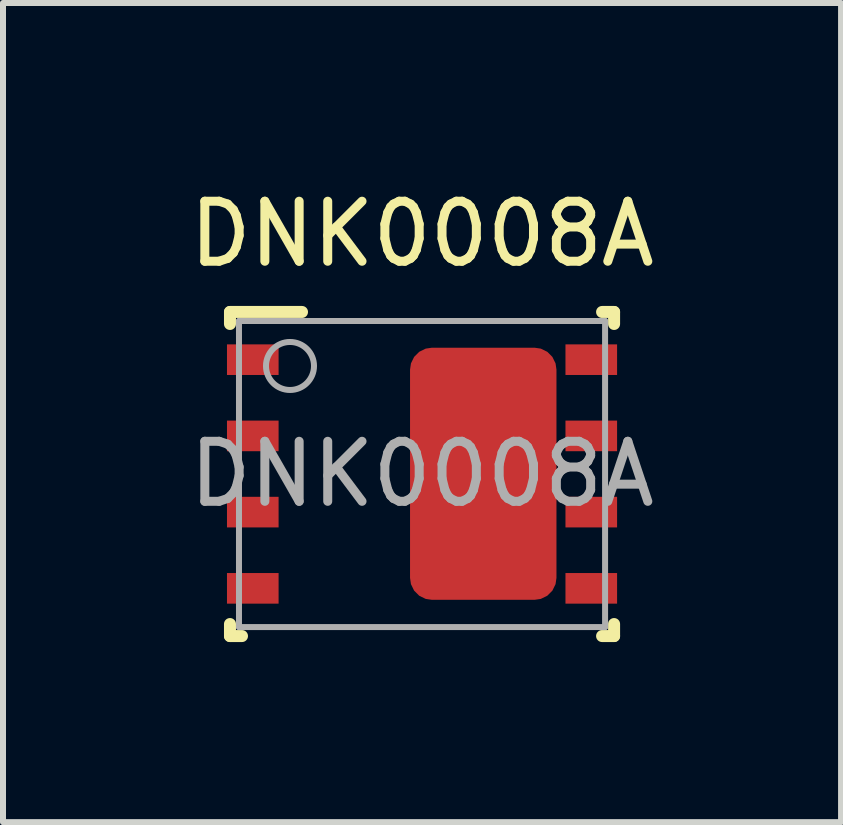
<source format=kicad_pcb>
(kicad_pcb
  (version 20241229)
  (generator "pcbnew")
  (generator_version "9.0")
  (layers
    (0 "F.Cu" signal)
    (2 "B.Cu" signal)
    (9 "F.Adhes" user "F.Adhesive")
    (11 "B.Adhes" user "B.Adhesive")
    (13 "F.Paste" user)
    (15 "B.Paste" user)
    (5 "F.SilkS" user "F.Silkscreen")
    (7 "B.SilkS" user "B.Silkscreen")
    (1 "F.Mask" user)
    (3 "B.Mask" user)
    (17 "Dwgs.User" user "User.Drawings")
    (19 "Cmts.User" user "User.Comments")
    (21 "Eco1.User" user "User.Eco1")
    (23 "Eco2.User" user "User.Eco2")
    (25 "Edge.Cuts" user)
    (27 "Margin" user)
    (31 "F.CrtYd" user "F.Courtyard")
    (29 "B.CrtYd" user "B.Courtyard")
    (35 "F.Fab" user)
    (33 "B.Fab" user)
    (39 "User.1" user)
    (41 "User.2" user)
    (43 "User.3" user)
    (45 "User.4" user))
  (footprint "DNK0008A"
    (layer "F.Cu")
    (at 3.982 4.848)
    (property "Reference" "DNK0008A" (at 0 -4 0) (unlocked yes) (layer "F.SilkS") (effects (font (size 1 1) (thickness 0.15))))
    (attr smd)
    (fp_line (start -3.2 -2.7) (end -2 -2.7) (stroke (width 0.2) (type solid)) (layer "F.SilkS"))
    (fp_line (start -3.2 -2.5) (end -3.2 -2.7) (stroke (width 0.2) (type solid)) (layer "F.SilkS"))
    (fp_line (start -3.2 2.7) (end -3.2 2.5) (stroke (width 0.2) (type solid)) (layer "F.SilkS"))
    (fp_line (start -3.2 2.7) (end -3 2.7) (stroke (width 0.2) (type solid)) (layer "F.SilkS"))
    (fp_line (start 3 -2.7) (end 3.2 -2.7) (stroke (width 0.2) (type solid)) (layer "F.SilkS"))
    (fp_line (start 3 2.7) (end 3.2 2.7) (stroke (width 0.2) (type solid)) (layer "F.SilkS"))
    (fp_line (start 3.2 -2.5) (end 3.2 -2.7) (stroke (width 0.2) (type solid)) (layer "F.SilkS"))
    (fp_line (start 3.2 2.7) (end 3.2 2.5) (stroke (width 0.2) (type solid)) (layer "F.SilkS"))
    (fp_poly (pts (xy -0.92 -0.886) (xy -0.92 -2.054) (xy -0.919 -2.064) (xy -0.916 -2.074) (xy -0.911 -2.082) (xy -0.905 -2.09) (xy -0.897 -2.096) (xy -0.889 -2.101) (xy -0.879 -2.104) (xy -0.869 -2.105) (xy 0.509 -2.105) (xy 0.519 -2.104) (xy 0.529 -2.101) (xy 0.537 -2.096) (xy 0.545 -2.09) (xy 0.551 -2.082) (xy 0.556 -2.074) (xy 0.559 -2.064) (xy 0.56 -2.054) (xy 0.56 -0.886) (xy 0.559 -0.876) (xy 0.556 -0.866) (xy 0.551 -0.858) (xy 0.545 -0.85) (xy 0.537 -0.844) (xy 0.529 -0.839) (xy 0.519 -0.836) (xy 0.509 -0.835) (xy -0.869 -0.835) (xy -0.879 -0.836) (xy -0.889 -0.839) (xy -0.897 -0.844) (xy -0.905 -0.85) (xy -0.911 -0.858) (xy -0.916 -0.866) (xy -0.919 -0.876)) (stroke (width 0) (type solid)) (fill yes) (layer "F.Paste"))
    (fp_poly (pts (xy -0.92 0.584) (xy -0.92 -0.584) (xy -0.919 -0.594) (xy -0.916 -0.604) (xy -0.911 -0.612) (xy -0.905 -0.62) (xy -0.897 -0.626) (xy -0.889 -0.631) (xy -0.879 -0.634) (xy -0.869 -0.635) (xy 0.509 -0.635) (xy 0.519 -0.634) (xy 0.529 -0.631) (xy 0.537 -0.626) (xy 0.545 -0.62) (xy 0.551 -0.612) (xy 0.556 -0.604) (xy 0.559 -0.594) (xy 0.56 -0.584) (xy 0.56 0.584) (xy 0.559 0.594) (xy 0.556 0.604) (xy 0.551 0.612) (xy 0.545 0.62) (xy 0.537 0.626) (xy 0.529 0.631) (xy 0.519 0.634) (xy 0.509 0.635) (xy -0.869 0.635) (xy -0.879 0.634) (xy -0.889 0.631) (xy -0.897 0.626) (xy -0.905 0.62) (xy -0.911 0.612) (xy -0.916 0.604) (xy -0.919 0.594)) (stroke (width 0) (type solid)) (fill yes) (layer "F.Paste"))
    (fp_poly (pts (xy -0.92 2.054) (xy -0.92 0.886) (xy -0.919 0.876) (xy -0.916 0.866) (xy -0.911 0.858) (xy -0.905 0.85) (xy -0.897 0.844) (xy -0.889 0.839) (xy -0.879 0.836) (xy -0.869 0.835) (xy 0.509 0.835) (xy 0.519 0.836) (xy 0.529 0.839) (xy 0.537 0.844) (xy 0.545 0.85) (xy 0.551 0.858) (xy 0.556 0.866) (xy 0.559 0.876) (xy 0.56 0.886) (xy 0.56 2.054) (xy 0.559 2.064) (xy 0.556 2.074) (xy 0.551 2.082) (xy 0.545 2.09) (xy 0.537 2.096) (xy 0.529 2.101) (xy 0.519 2.104) (xy 0.509 2.105) (xy -0.869 2.105) (xy -0.879 2.104) (xy -0.889 2.101) (xy -0.897 2.096) (xy -0.905 2.09) (xy -0.911 2.082) (xy -0.916 2.074) (xy -0.919 2.064)) (stroke (width 0) (type solid)) (fill yes) (layer "F.Paste"))
    (fp_poly (pts (xy 0.76 -0.886) (xy 0.76 -2.054) (xy 0.761 -2.064) (xy 0.764 -2.074) (xy 0.769 -2.082) (xy 0.775 -2.09) (xy 0.783 -2.096) (xy 0.791 -2.101) (xy 0.801 -2.104) (xy 0.811 -2.105) (xy 2.189 -2.105) (xy 2.199 -2.104) (xy 2.209 -2.101) (xy 2.217 -2.096) (xy 2.225 -2.09) (xy 2.231 -2.082) (xy 2.236 -2.074) (xy 2.239 -2.064) (xy 2.24 -2.054) (xy 2.24 -0.886) (xy 2.239 -0.876) (xy 2.236 -0.866) (xy 2.231 -0.858) (xy 2.225 -0.85) (xy 2.217 -0.844) (xy 2.209 -0.839) (xy 2.199 -0.836) (xy 2.189 -0.835) (xy 0.811 -0.835) (xy 0.801 -0.836) (xy 0.791 -0.839) (xy 0.783 -0.844) (xy 0.775 -0.85) (xy 0.769 -0.858) (xy 0.764 -0.866) (xy 0.761 -0.876)) (stroke (width 0) (type solid)) (fill yes) (layer "F.Paste"))
    (fp_poly (pts (xy 0.76 0.584) (xy 0.76 -0.584) (xy 0.761 -0.594) (xy 0.764 -0.604) (xy 0.769 -0.612) (xy 0.775 -0.62) (xy 0.783 -0.626) (xy 0.791 -0.631) (xy 0.801 -0.634) (xy 0.811 -0.635) (xy 2.189 -0.635) (xy 2.199 -0.634) (xy 2.209 -0.631) (xy 2.217 -0.626) (xy 2.225 -0.62) (xy 2.231 -0.612) (xy 2.236 -0.604) (xy 2.239 -0.594) (xy 2.24 -0.584) (xy 2.24 0.584) (xy 2.239 0.594) (xy 2.236 0.604) (xy 2.231 0.612) (xy 2.225 0.62) (xy 2.217 0.626) (xy 2.209 0.631) (xy 2.199 0.634) (xy 2.189 0.635) (xy 0.811 0.635) (xy 0.801 0.634) (xy 0.791 0.631) (xy 0.783 0.626) (xy 0.775 0.62) (xy 0.769 0.612) (xy 0.764 0.604) (xy 0.761 0.594)) (stroke (width 0) (type solid)) (fill yes) (layer "F.Paste"))
    (fp_poly (pts (xy 0.76 2.054) (xy 0.76 0.886) (xy 0.761 0.876) (xy 0.764 0.866) (xy 0.769 0.858) (xy 0.775 0.85) (xy 0.783 0.844) (xy 0.791 0.839) (xy 0.801 0.836) (xy 0.811 0.835) (xy 2.189 0.835) (xy 2.199 0.836) (xy 2.209 0.839) (xy 2.217 0.844) (xy 2.225 0.85) (xy 2.231 0.858) (xy 2.236 0.866) (xy 2.239 0.876) (xy 2.24 0.886) (xy 2.24 2.054) (xy 2.239 2.064) (xy 2.236 2.074) (xy 2.231 2.082) (xy 2.225 2.09) (xy 2.217 2.096) (xy 2.209 2.101) (xy 2.199 2.104) (xy 2.189 2.105) (xy 0.811 2.105) (xy 0.801 2.104) (xy 0.791 2.101) (xy 0.783 2.096) (xy 0.775 2.09) (xy 0.769 2.082) (xy 0.764 2.074) (xy 0.761 2.064)) (stroke (width 0) (type solid)) (fill yes) (layer "F.Paste"))
    (fp_line (start -3.05 -2.55) (end 3.05 -2.55) (stroke (width 0.1) (type solid)) (layer "F.Fab"))
    (fp_line (start -3.05 2.55) (end -3.05 -2.55) (stroke (width 0.1) (type solid)) (layer "F.Fab"))
    (fp_line (start -3.05 2.55) (end 3.05 2.55) (stroke (width 0.1) (type solid)) (layer "F.Fab"))
    (fp_line (start 3.05 2.55) (end 3.05 -2.55) (stroke (width 0.1) (type solid)) (layer "F.Fab"))
    (fp_circle (center -2.2 -1.8) (end -1.8 -1.8) (stroke (width 0.1) (type solid)) (fill no) (layer "F.Fab"))
    (fp_text user "${REFERENCE}" (at 0 0 0) (unlocked yes) (layer "F.Fab") (effects (font (size 1 1) (thickness 0.15))))
    (pad "1" smd rect (at -2.82 -1.905) (size 0.86 0.51) (layers "F.Cu" "F.Mask" "F.Paste"))
    (pad "2" smd rect (at -2.82 -0.635) (size 0.86 0.51) (layers "F.Cu" "F.Mask" "F.Paste"))
    (pad "3" smd rect (at -2.82 0.635) (size 0.86 0.51) (layers "F.Cu" "F.Mask" "F.Paste"))
    (pad "4" smd rect (at -2.82 1.905) (size 0.86 0.51) (layers "F.Cu" "F.Mask" "F.Paste"))
    (pad "5" smd rect (at 2.82 1.905) (size 0.86 0.51) (layers "F.Cu" "F.Mask" "F.Paste"))
    (pad "6" smd rect (at 2.82 0.635) (size 0.86 0.51) (layers "F.Cu" "F.Mask" "F.Paste"))
    (pad "7" smd rect (at 2.82 -0.635) (size 0.86 0.51) (layers "F.Cu" "F.Mask" "F.Paste"))
    (pad "8" smd roundrect (at 1.02 -0.004) (size 2.44 4.201) (layers "F.Cu" "F.Mask" "F.Paste") (roundrect_rratio 0.15))
    (pad "8" smd rect (at 2.82 -1.905) (size 0.86 0.51) (layers "F.Cu" "F.Mask" "F.Paste")))
  (gr_rect
    (start -3 -3)
    (end 10.964 10.648)
    (stroke (width 0.1) (type default))
    (fill no)
    (layer "Edge.Cuts")))
</source>
